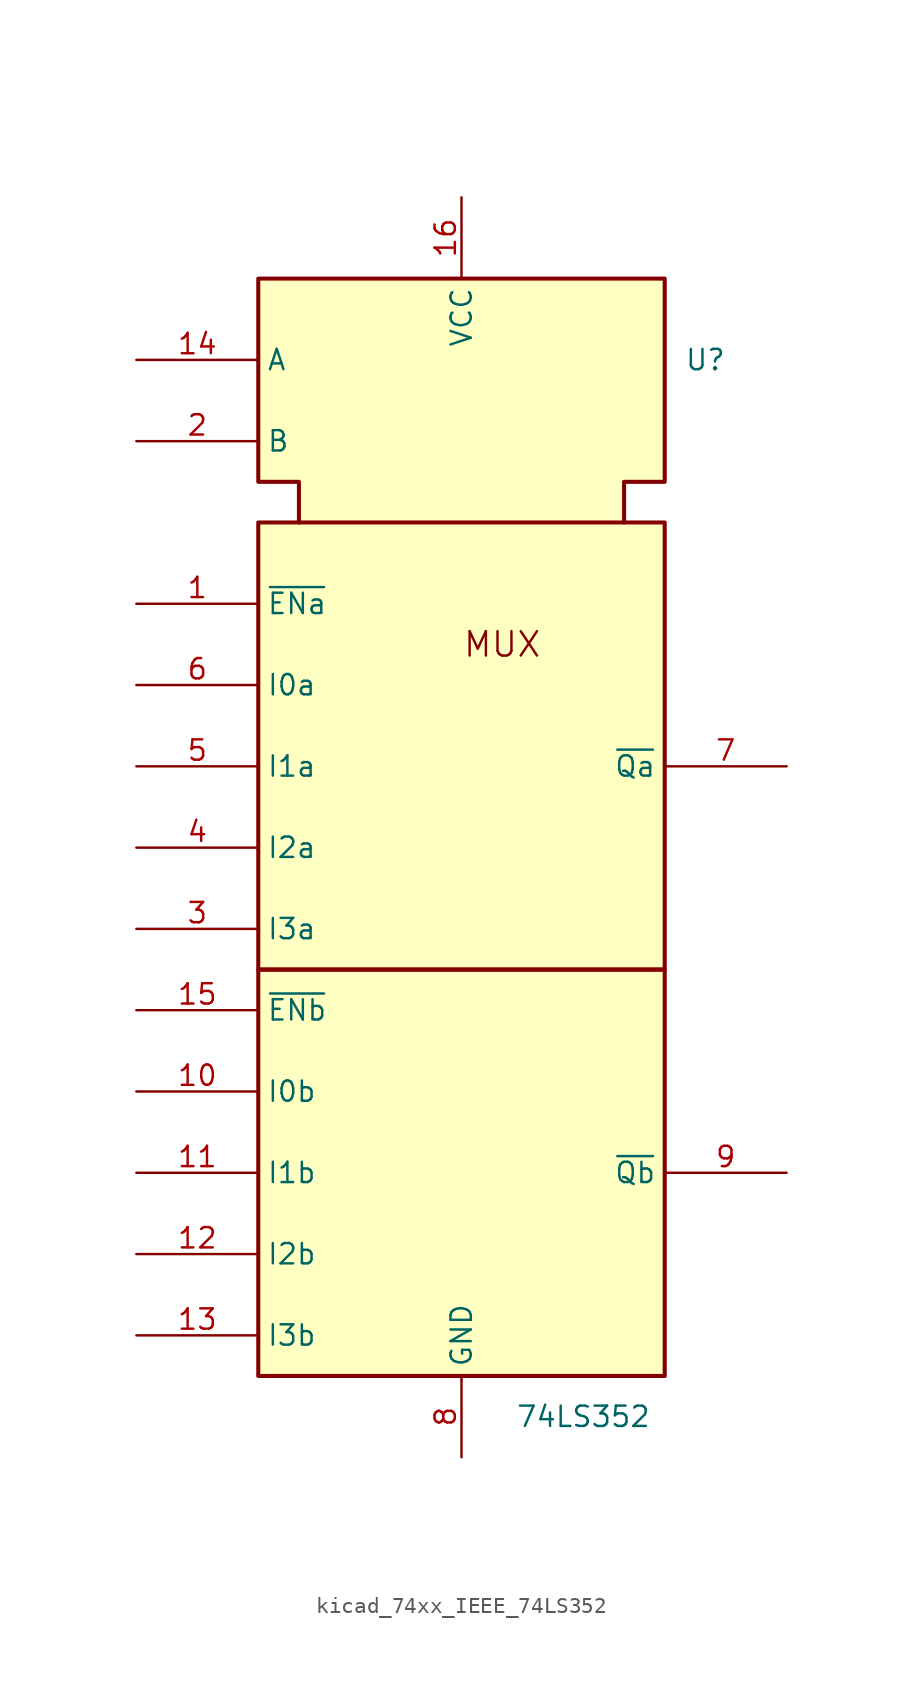
<source format=kicad_sym>
(kicad_symbol_lib
  (version 20220914)
  (generator kicad_symbol_editor)
  (symbol "kicad_74xx_IEEE_74LS352"
    (property "Reference" "U"
      (at 15.24 33.02 0)
      (effects (font (size 1.27 1.27))))
    (property "Value" "74LS352"
      (at 7.62 -33.02 0)
      (effects (font (size 1.27 1.27))))
    (symbol "kicad_74xx_IEEE_74LS352_0_0"
      (rectangle (start -12.7 -5.08) (end 12.7 -30.48) (stroke (width 0.254) (type default)) (fill (type background)))
      (rectangle (start -12.7 22.86) (end 12.7 -5.08) (stroke (width 0.254) (type default)) (fill (type background)))
      (polyline (pts (xy -10.16 22.86) (xy -10.16 25.4) (xy -12.7 25.4) (xy -12.7 38.1) (xy 12.7 38.1) (xy 12.7 25.4) (xy 10.16 25.4) (xy 10.16 22.86) (xy 10.16 22.86)) (stroke (width 0.254) (type default)) (fill (type background)))
      (text "MUX" (at 2.54 15.24 0) (effects (font (size 1.524 1.524))))
      (pin power_in line (at 0 43.18 270) (length 5.08) (name "VCC" (effects (font (size 1.27 1.27)))) (number "16" (effects (font (size 1.27 1.27)))))
      (pin power_in line (at 0 -35.56 90) (length 5.08) (name "GND" (effects (font (size 1.27 1.27)))) (number "8" (effects (font (size 1.27 1.27))))))
    (symbol "kicad_74xx_IEEE_74LS352_1_1"
      (pin input line (at -20.32 17.78 0) (length 7.62) (name "~{ENa}" (effects (font (size 1.27 1.27)))) (number "1" (effects (font (size 1.27 1.27)))))
      (pin input line (at -20.32 -12.7 0) (length 7.62) (name "I0b" (effects (font (size 1.27 1.27)))) (number "10" (effects (font (size 1.27 1.27)))))
      (pin input line (at -20.32 -17.78 0) (length 7.62) (name "I1b" (effects (font (size 1.27 1.27)))) (number "11" (effects (font (size 1.27 1.27)))))
      (pin input line (at -20.32 -22.86 0) (length 7.62) (name "I2b" (effects (font (size 1.27 1.27)))) (number "12" (effects (font (size 1.27 1.27)))))
      (pin input line (at -20.32 -27.94 0) (length 7.62) (name "I3b" (effects (font (size 1.27 1.27)))) (number "13" (effects (font (size 1.27 1.27)))))
      (pin input line (at -20.32 33.02 0) (length 7.62) (name "A" (effects (font (size 1.27 1.27)))) (number "14" (effects (font (size 1.27 1.27)))))
      (pin input line (at -20.32 -7.62 0) (length 7.62) (name "~{ENb}" (effects (font (size 1.27 1.27)))) (number "15" (effects (font (size 1.27 1.27)))))
      (pin input line (at -20.32 27.94 0) (length 7.62) (name "B" (effects (font (size 1.27 1.27)))) (number "2" (effects (font (size 1.27 1.27)))))
      (pin input line (at -20.32 -2.54 0) (length 7.62) (name "I3a" (effects (font (size 1.27 1.27)))) (number "3" (effects (font (size 1.27 1.27)))))
      (pin input line (at -20.32 2.54 0) (length 7.62) (name "I2a" (effects (font (size 1.27 1.27)))) (number "4" (effects (font (size 1.27 1.27)))))
      (pin input line (at -20.32 7.62 0) (length 7.62) (name "I1a" (effects (font (size 1.27 1.27)))) (number "5" (effects (font (size 1.27 1.27)))))
      (pin input line (at -20.32 12.7 0) (length 7.62) (name "I0a" (effects (font (size 1.27 1.27)))) (number "6" (effects (font (size 1.27 1.27)))))
      (pin output line (at 20.32 7.62 180) (length 7.62) (name "~{Qa}" (effects (font (size 1.27 1.27)))) (number "7" (effects (font (size 1.27 1.27)))))
      (pin output line (at 20.32 -17.78 180) (length 7.62) (name "~{Qb}" (effects (font (size 1.27 1.27)))) (number "9" (effects (font (size 1.27 1.27))))))))
</source>
